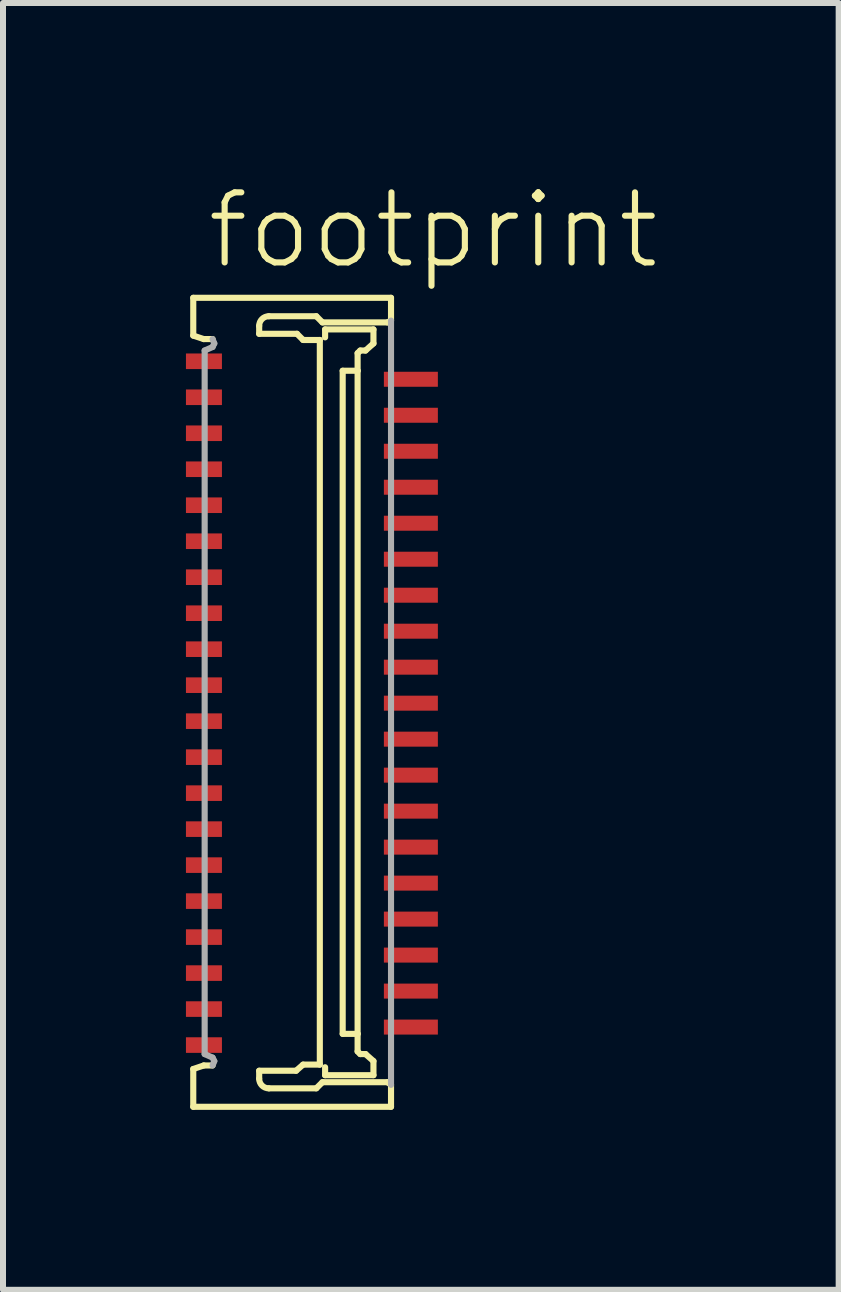
<source format=kicad_pcb>
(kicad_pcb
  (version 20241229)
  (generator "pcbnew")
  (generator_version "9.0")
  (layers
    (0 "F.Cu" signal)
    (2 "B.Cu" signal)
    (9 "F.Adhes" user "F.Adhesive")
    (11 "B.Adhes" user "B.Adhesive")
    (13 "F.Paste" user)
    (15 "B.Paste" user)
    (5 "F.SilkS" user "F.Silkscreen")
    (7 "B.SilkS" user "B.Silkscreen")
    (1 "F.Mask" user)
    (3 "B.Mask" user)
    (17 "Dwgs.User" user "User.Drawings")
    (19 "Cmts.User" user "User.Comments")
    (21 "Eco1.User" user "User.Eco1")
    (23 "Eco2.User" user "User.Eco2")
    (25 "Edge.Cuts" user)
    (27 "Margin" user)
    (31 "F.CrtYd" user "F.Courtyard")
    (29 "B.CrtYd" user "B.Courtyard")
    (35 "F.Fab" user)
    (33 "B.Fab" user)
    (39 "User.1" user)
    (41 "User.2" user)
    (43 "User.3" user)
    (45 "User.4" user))
  (footprint "footprint"
    (layer "F.Cu")
    (at 2.15 8.673)
    (property "Reference" "footprint" (at -1.8 -7.2 0) (layer "F.SilkS") (effects (font (size 1.168 1.168) (thickness 0.102)) (justify left bottom)))
    (fp_poly (pts (xy -2.15 -5.525) (xy -1.45 -5.525) (xy -1.45 -5.875) (xy -2.15 -5.875)) (stroke (width 0) (type solid)) (fill yes) (layer "F.Mask"))
    (fp_poly (pts (xy -2.15 -4.925) (xy -1.45 -4.925) (xy -1.45 -5.275) (xy -2.15 -5.275)) (stroke (width 0) (type solid)) (fill yes) (layer "F.Mask"))
    (fp_poly (pts (xy -2.15 -4.325) (xy -1.45 -4.325) (xy -1.45 -4.675) (xy -2.15 -4.675)) (stroke (width 0) (type solid)) (fill yes) (layer "F.Mask"))
    (fp_poly (pts (xy -2.15 -3.725) (xy -1.45 -3.725) (xy -1.45 -4.075) (xy -2.15 -4.075)) (stroke (width 0) (type solid)) (fill yes) (layer "F.Mask"))
    (fp_poly (pts (xy -2.15 -3.125) (xy -1.45 -3.125) (xy -1.45 -3.475) (xy -2.15 -3.475)) (stroke (width 0) (type solid)) (fill yes) (layer "F.Mask"))
    (fp_poly (pts (xy -2.15 -2.525) (xy -1.45 -2.525) (xy -1.45 -2.875) (xy -2.15 -2.875)) (stroke (width 0) (type solid)) (fill yes) (layer "F.Mask"))
    (fp_poly (pts (xy -2.15 -1.925) (xy -1.45 -1.925) (xy -1.45 -2.275) (xy -2.15 -2.275)) (stroke (width 0) (type solid)) (fill yes) (layer "F.Mask"))
    (fp_poly (pts (xy -2.15 -1.325) (xy -1.45 -1.325) (xy -1.45 -1.675) (xy -2.15 -1.675)) (stroke (width 0) (type solid)) (fill yes) (layer "F.Mask"))
    (fp_poly (pts (xy -2.15 -0.725) (xy -1.45 -0.725) (xy -1.45 -1.075) (xy -2.15 -1.075)) (stroke (width 0) (type solid)) (fill yes) (layer "F.Mask"))
    (fp_poly (pts (xy -2.15 -0.125) (xy -1.45 -0.125) (xy -1.45 -0.475) (xy -2.15 -0.475)) (stroke (width 0) (type solid)) (fill yes) (layer "F.Mask"))
    (fp_poly (pts (xy -2.15 0.475) (xy -1.45 0.475) (xy -1.45 0.125) (xy -2.15 0.125)) (stroke (width 0) (type solid)) (fill yes) (layer "F.Mask"))
    (fp_poly (pts (xy -2.15 1.075) (xy -1.45 1.075) (xy -1.45 0.725) (xy -2.15 0.725)) (stroke (width 0) (type solid)) (fill yes) (layer "F.Mask"))
    (fp_poly (pts (xy -2.15 1.675) (xy -1.45 1.675) (xy -1.45 1.325) (xy -2.15 1.325)) (stroke (width 0) (type solid)) (fill yes) (layer "F.Mask"))
    (fp_poly (pts (xy -2.15 2.275) (xy -1.45 2.275) (xy -1.45 1.925) (xy -2.15 1.925)) (stroke (width 0) (type solid)) (fill yes) (layer "F.Mask"))
    (fp_poly (pts (xy -2.15 2.875) (xy -1.45 2.875) (xy -1.45 2.525) (xy -2.15 2.525)) (stroke (width 0) (type solid)) (fill yes) (layer "F.Mask"))
    (fp_poly (pts (xy -2.15 3.475) (xy -1.45 3.475) (xy -1.45 3.125) (xy -2.15 3.125)) (stroke (width 0) (type solid)) (fill yes) (layer "F.Mask"))
    (fp_poly (pts (xy -2.15 4.075) (xy -1.45 4.075) (xy -1.45 3.725) (xy -2.15 3.725)) (stroke (width 0) (type solid)) (fill yes) (layer "F.Mask"))
    (fp_poly (pts (xy -2.15 4.675) (xy -1.45 4.675) (xy -1.45 4.325) (xy -2.15 4.325)) (stroke (width 0) (type solid)) (fill yes) (layer "F.Mask"))
    (fp_poly (pts (xy -2.15 5.275) (xy -1.45 5.275) (xy -1.45 4.925) (xy -2.15 4.925)) (stroke (width 0) (type solid)) (fill yes) (layer "F.Mask"))
    (fp_poly (pts (xy -2.15 5.875) (xy -1.45 5.875) (xy -1.45 5.525) (xy -2.15 5.525)) (stroke (width 0) (type solid)) (fill yes) (layer "F.Mask"))
    (fp_poly (pts (xy 1.15 -5.225) (xy 2.15 -5.225) (xy 2.15 -5.575) (xy 1.15 -5.575)) (stroke (width 0) (type solid)) (fill yes) (layer "F.Mask"))
    (fp_poly (pts (xy 1.15 -4.625) (xy 2.15 -4.625) (xy 2.15 -4.975) (xy 1.15 -4.975)) (stroke (width 0) (type solid)) (fill yes) (layer "F.Mask"))
    (fp_poly (pts (xy 1.15 -4.025) (xy 2.15 -4.025) (xy 2.15 -4.375) (xy 1.15 -4.375)) (stroke (width 0) (type solid)) (fill yes) (layer "F.Mask"))
    (fp_poly (pts (xy 1.15 -3.425) (xy 2.15 -3.425) (xy 2.15 -3.775) (xy 1.15 -3.775)) (stroke (width 0) (type solid)) (fill yes) (layer "F.Mask"))
    (fp_poly (pts (xy 1.15 -2.825) (xy 2.15 -2.825) (xy 2.15 -3.175) (xy 1.15 -3.175)) (stroke (width 0) (type solid)) (fill yes) (layer "F.Mask"))
    (fp_poly (pts (xy 1.15 -2.225) (xy 2.15 -2.225) (xy 2.15 -2.575) (xy 1.15 -2.575)) (stroke (width 0) (type solid)) (fill yes) (layer "F.Mask"))
    (fp_poly (pts (xy 1.15 -1.625) (xy 2.15 -1.625) (xy 2.15 -1.975) (xy 1.15 -1.975)) (stroke (width 0) (type solid)) (fill yes) (layer "F.Mask"))
    (fp_poly (pts (xy 1.15 -1.025) (xy 2.15 -1.025) (xy 2.15 -1.375) (xy 1.15 -1.375)) (stroke (width 0) (type solid)) (fill yes) (layer "F.Mask"))
    (fp_poly (pts (xy 1.15 -0.425) (xy 2.15 -0.425) (xy 2.15 -0.775) (xy 1.15 -0.775)) (stroke (width 0) (type solid)) (fill yes) (layer "F.Mask"))
    (fp_poly (pts (xy 1.15 0.175) (xy 2.15 0.175) (xy 2.15 -0.175) (xy 1.15 -0.175)) (stroke (width 0) (type solid)) (fill yes) (layer "F.Mask"))
    (fp_poly (pts (xy 1.15 0.775) (xy 2.15 0.775) (xy 2.15 0.425) (xy 1.15 0.425)) (stroke (width 0) (type solid)) (fill yes) (layer "F.Mask"))
    (fp_poly (pts (xy 1.15 1.375) (xy 2.15 1.375) (xy 2.15 1.025) (xy 1.15 1.025)) (stroke (width 0) (type solid)) (fill yes) (layer "F.Mask"))
    (fp_poly (pts (xy 1.15 1.975) (xy 2.15 1.975) (xy 2.15 1.625) (xy 1.15 1.625)) (stroke (width 0) (type solid)) (fill yes) (layer "F.Mask"))
    (fp_poly (pts (xy 1.15 2.575) (xy 2.15 2.575) (xy 2.15 2.225) (xy 1.15 2.225)) (stroke (width 0) (type solid)) (fill yes) (layer "F.Mask"))
    (fp_poly (pts (xy 1.15 3.175) (xy 2.15 3.175) (xy 2.15 2.825) (xy 1.15 2.825)) (stroke (width 0) (type solid)) (fill yes) (layer "F.Mask"))
    (fp_poly (pts (xy 1.15 3.775) (xy 2.15 3.775) (xy 2.15 3.425) (xy 1.15 3.425)) (stroke (width 0) (type solid)) (fill yes) (layer "F.Mask"))
    (fp_poly (pts (xy 1.15 4.375) (xy 2.15 4.375) (xy 2.15 4.025) (xy 1.15 4.025)) (stroke (width 0) (type solid)) (fill yes) (layer "F.Mask"))
    (fp_poly (pts (xy 1.15 4.975) (xy 2.15 4.975) (xy 2.15 4.625) (xy 1.15 4.625)) (stroke (width 0) (type solid)) (fill yes) (layer "F.Mask"))
    (fp_poly (pts (xy 1.15 5.575) (xy 2.15 5.575) (xy 2.15 5.225) (xy 1.15 5.225)) (stroke (width 0) (type solid)) (fill yes) (layer "F.Mask"))
    (fp_line (start -1.978 -6.758) (end 1.319 -6.758) (stroke (width 0.102) (type solid)) (layer "F.SilkS"))
    (fp_line (start -1.978 -6.128) (end -1.978 -6.758) (stroke (width 0.102) (type solid)) (layer "F.SilkS"))
    (fp_line (start -1.978 6.099) (end -1.803 6.04) (stroke (width 0.102) (type solid)) (layer "F.SilkS"))
    (fp_line (start -1.978 6.729) (end -1.978 6.099) (stroke (width 0.102) (type solid)) (layer "F.SilkS"))
    (fp_line (start -1.803 -6.07) (end -1.978 -6.128) (stroke (width 0.102) (type solid)) (layer "F.SilkS"))
    (fp_line (start -1.803 6.04) (end -1.656 6.04) (stroke (width 0.102) (type solid)) (layer "F.SilkS"))
    (fp_line (start -1.656 -6.07) (end -1.803 -6.07) (stroke (width 0.102) (type solid)) (layer "F.SilkS"))
    (fp_line (start -0.879 -6.29) (end -0.879 -6.158) (stroke (width 0.102) (type solid)) (layer "F.SilkS"))
    (fp_line (start -0.879 -6.158) (end -0.249 -6.158) (stroke (width 0.102) (type solid)) (layer "F.SilkS"))
    (fp_line (start -0.879 6.128) (end -0.879 6.26) (stroke (width 0.102) (type solid)) (layer "F.SilkS"))
    (fp_line (start -0.718 6.421) (end 0.073 6.421) (stroke (width 0.102) (type solid)) (layer "F.SilkS"))
    (fp_line (start -0.264 6.128) (end -0.879 6.128) (stroke (width 0.102) (type solid)) (layer "F.SilkS"))
    (fp_line (start -0.249 -6.158) (end -0.146 -6.055) (stroke (width 0.102) (type solid)) (layer "F.SilkS"))
    (fp_line (start -0.147 6.026) (end -0.264 6.128) (stroke (width 0.102) (type solid)) (layer "F.SilkS"))
    (fp_line (start -0.146 -6.055) (end 0.132 -6.055) (stroke (width 0.102) (type solid)) (layer "F.SilkS"))
    (fp_line (start 0.073 6.421) (end 0.176 6.319) (stroke (width 0.102) (type solid)) (layer "F.SilkS"))
    (fp_line (start 0.073 -6.451) (end -0.718 -6.451) (stroke (width 0.102) (type solid)) (layer "F.SilkS"))
    (fp_line (start 0.132 -6.055) (end 0.132 6.026) (stroke (width 0.102) (type solid)) (layer "F.SilkS"))
    (fp_line (start 0.132 6.026) (end -0.147 6.026) (stroke (width 0.102) (type solid)) (layer "F.SilkS"))
    (fp_line (start 0.176 -6.348) (end 0.073 -6.451) (stroke (width 0.102) (type solid)) (layer "F.SilkS"))
    (fp_line (start 0.176 6.319) (end 1.26 6.319) (stroke (width 0.102) (type solid)) (layer "F.SilkS"))
    (fp_line (start 0.22 -6.231) (end 0.22 -6.099) (stroke (width 0.102) (type solid)) (layer "F.SilkS"))
    (fp_line (start 0.22 6.202) (end 0.22 6.07) (stroke (width 0.102) (type solid)) (layer "F.SilkS"))
    (fp_line (start 0.513 -5.542) (end 0.762 -5.542) (stroke (width 0.102) (type solid)) (layer "F.SilkS"))
    (fp_line (start 0.513 5.513) (end 0.513 -5.542) (stroke (width 0.102) (type solid)) (layer "F.SilkS"))
    (fp_line (start 0.762 -5.835) (end 0.806 -5.879) (stroke (width 0.102) (type solid)) (layer "F.SilkS"))
    (fp_line (start 0.762 -5.542) (end 0.762 -5.835) (stroke (width 0.102) (type solid)) (layer "F.SilkS"))
    (fp_line (start 0.762 -5.542) (end 0.762 5.513) (stroke (width 0.102) (type solid)) (layer "F.SilkS"))
    (fp_line (start 0.762 5.513) (end 0.513 5.513) (stroke (width 0.102) (type solid)) (layer "F.SilkS"))
    (fp_line (start 0.762 5.806) (end 0.762 5.513) (stroke (width 0.102) (type solid)) (layer "F.SilkS"))
    (fp_line (start 0.806 -5.879) (end 0.894 -5.879) (stroke (width 0.102) (type solid)) (layer "F.SilkS"))
    (fp_line (start 0.806 5.85) (end 0.762 5.806) (stroke (width 0.102) (type solid)) (layer "F.SilkS"))
    (fp_line (start 0.894 -5.879) (end 1.026 -5.997) (stroke (width 0.102) (type solid)) (layer "F.SilkS"))
    (fp_line (start 0.894 5.85) (end 0.806 5.85) (stroke (width 0.102) (type solid)) (layer "F.SilkS"))
    (fp_line (start 1.026 -6.231) (end 0.22 -6.231) (stroke (width 0.102) (type solid)) (layer "F.SilkS"))
    (fp_line (start 1.026 -5.997) (end 1.026 -6.231) (stroke (width 0.102) (type solid)) (layer "F.SilkS"))
    (fp_line (start 1.026 5.967) (end 0.894 5.85) (stroke (width 0.102) (type solid)) (layer "F.SilkS"))
    (fp_line (start 1.026 6.202) (end 0.22 6.202) (stroke (width 0.102) (type solid)) (layer "F.SilkS"))
    (fp_line (start 1.026 6.202) (end 1.026 5.967) (stroke (width 0.102) (type solid)) (layer "F.SilkS"))
    (fp_line (start 1.26 -6.348) (end 0.176 -6.348) (stroke (width 0.102) (type solid)) (layer "F.SilkS"))
    (fp_line (start 1.26 6.319) (end 1.319 6.363) (stroke (width 0.102) (type solid)) (layer "F.SilkS"))
    (fp_line (start 1.319 -6.758) (end 1.319 -6.378) (stroke (width 0.102) (type solid)) (layer "F.SilkS"))
    (fp_line (start 1.319 -6.378) (end 1.26 -6.348) (stroke (width 0.102) (type solid)) (layer "F.SilkS"))
    (fp_line (start 1.319 6.363) (end 1.319 6.729) (stroke (width 0.102) (type solid)) (layer "F.SilkS"))
    (fp_line (start 1.319 6.729) (end -1.978 6.729) (stroke (width 0.102) (type solid)) (layer "F.SilkS"))
    (fp_arc (start -0.8793 -6.2896) (mid -0.832086 -6.403586) (end -0.7181 -6.4508) (stroke (width 0.1016) (type solid)) (layer "F.SilkS"))
    (fp_arc (start -0.7181 6.4215) (mid -0.832086 6.374286) (end -0.8793 6.2603) (stroke (width 0.1016) (type solid)) (layer "F.SilkS"))
    (fp_line (start -1.788 -5.879) (end -1.656 -5.938) (stroke (width 0.102) (type solid)) (layer "F.Fab"))
    (fp_line (start -1.788 5.85) (end -1.788 -5.879) (stroke (width 0.102) (type solid)) (layer "F.Fab"))
    (fp_line (start -1.656 5.909) (end -1.788 5.85) (stroke (width 0.102) (type solid)) (layer "F.Fab"))
    (fp_line (start -1.656 6.04) (end -1.627 5.967) (stroke (width 0.102) (type solid)) (layer "F.Fab"))
    (fp_line (start -1.656 -5.938) (end -1.627 -5.997) (stroke (width 0.102) (type solid)) (layer "F.Fab"))
    (fp_line (start -1.627 -5.997) (end -1.656 -6.07) (stroke (width 0.102) (type solid)) (layer "F.Fab"))
    (fp_line (start -1.627 5.967) (end -1.656 5.909) (stroke (width 0.102) (type solid)) (layer "F.Fab"))
    (fp_line (start 1.319 -6.378) (end 1.319 6.363) (stroke (width 0.102) (type solid)) (layer "F.Fab"))
    (pad "1" smd rect (at -1.8 -5.7 270) (size 0.26 0.6) (layers "F.Cu" "F.Paste"))
    (pad "2" smd rect (at 1.65 -5.4 270) (size 0.25 0.9) (layers "F.Cu" "F.Paste"))
    (pad "3" smd rect (at -1.8 -5.1 270) (size 0.26 0.6) (layers "F.Cu" "F.Paste"))
    (pad "4" smd rect (at 1.65 -4.8 270) (size 0.25 0.9) (layers "F.Cu" "F.Paste"))
    (pad "5" smd rect (at -1.8 -4.5 270) (size 0.26 0.6) (layers "F.Cu" "F.Paste"))
    (pad "6" smd rect (at 1.65 -4.2 270) (size 0.25 0.9) (layers "F.Cu" "F.Paste"))
    (pad "7" smd rect (at -1.8 -3.9 270) (size 0.26 0.6) (layers "F.Cu" "F.Paste"))
    (pad "8" smd rect (at 1.65 -3.6 270) (size 0.25 0.9) (layers "F.Cu" "F.Paste"))
    (pad "9" smd rect (at -1.8 -3.3 270) (size 0.26 0.6) (layers "F.Cu" "F.Paste"))
    (pad "10" smd rect (at 1.65 -3 270) (size 0.25 0.9) (layers "F.Cu" "F.Paste"))
    (pad "11" smd rect (at -1.8 -2.7 270) (size 0.26 0.6) (layers "F.Cu" "F.Paste"))
    (pad "12" smd rect (at 1.65 -2.4 270) (size 0.25 0.9) (layers "F.Cu" "F.Paste"))
    (pad "13" smd rect (at -1.8 -2.1 270) (size 0.26 0.6) (layers "F.Cu" "F.Paste"))
    (pad "14" smd rect (at 1.65 -1.8 270) (size 0.25 0.9) (layers "F.Cu" "F.Paste"))
    (pad "15" smd rect (at -1.8 -1.5 270) (size 0.26 0.6) (layers "F.Cu" "F.Paste"))
    (pad "16" smd rect (at 1.65 -1.2 270) (size 0.25 0.9) (layers "F.Cu" "F.Paste"))
    (pad "17" smd rect (at -1.8 -0.9 270) (size 0.26 0.6) (layers "F.Cu" "F.Paste"))
    (pad "18" smd rect (at 1.65 -0.6 270) (size 0.25 0.9) (layers "F.Cu" "F.Paste"))
    (pad "19" smd rect (at -1.8 -0.3 270) (size 0.26 0.6) (layers "F.Cu" "F.Paste"))
    (pad "20" smd rect (at 1.65 0 270) (size 0.25 0.9) (layers "F.Cu" "F.Paste"))
    (pad "21" smd rect (at -1.8 0.3 270) (size 0.26 0.6) (layers "F.Cu" "F.Paste"))
    (pad "22" smd rect (at 1.65 0.6 270) (size 0.25 0.9) (layers "F.Cu" "F.Paste"))
    (pad "23" smd rect (at -1.8 0.9 270) (size 0.26 0.6) (layers "F.Cu" "F.Paste"))
    (pad "24" smd rect (at 1.65 1.2 270) (size 0.25 0.9) (layers "F.Cu" "F.Paste"))
    (pad "25" smd rect (at -1.8 1.5 270) (size 0.26 0.6) (layers "F.Cu" "F.Paste"))
    (pad "26" smd rect (at 1.65 1.8 270) (size 0.25 0.9) (layers "F.Cu" "F.Paste"))
    (pad "27" smd rect (at -1.8 2.1 270) (size 0.26 0.6) (layers "F.Cu" "F.Paste"))
    (pad "28" smd rect (at 1.65 2.4 270) (size 0.25 0.9) (layers "F.Cu" "F.Paste"))
    (pad "29" smd rect (at -1.8 2.7 270) (size 0.26 0.6) (layers "F.Cu" "F.Paste"))
    (pad "30" smd rect (at 1.65 3 270) (size 0.25 0.9) (layers "F.Cu" "F.Paste"))
    (pad "31" smd rect (at -1.8 3.3 270) (size 0.26 0.6) (layers "F.Cu" "F.Paste"))
    (pad "32" smd rect (at 1.65 3.6 270) (size 0.25 0.9) (layers "F.Cu" "F.Paste"))
    (pad "33" smd rect (at -1.8 3.9 270) (size 0.26 0.6) (layers "F.Cu" "F.Paste"))
    (pad "34" smd rect (at 1.65 4.2 270) (size 0.25 0.9) (layers "F.Cu" "F.Paste"))
    (pad "35" smd rect (at -1.8 4.5 270) (size 0.26 0.6) (layers "F.Cu" "F.Paste"))
    (pad "36" smd rect (at 1.65 4.8 270) (size 0.25 0.9) (layers "F.Cu" "F.Paste"))
    (pad "37" smd rect (at -1.8 5.1 270) (size 0.26 0.6) (layers "F.Cu" "F.Paste"))
    (pad "38" smd rect (at 1.65 5.4 270) (size 0.25 0.9) (layers "F.Cu" "F.Paste"))
    (pad "39" smd rect (at -1.8 5.7 270) (size 0.26 0.6) (layers "F.Cu" "F.Paste")))
  (gr_rect
    (start -3 -3)
    (end 10.932 18.453)
    (stroke (width 0.1) (type default))
    (fill no)
    (layer "Edge.Cuts")))
</source>
